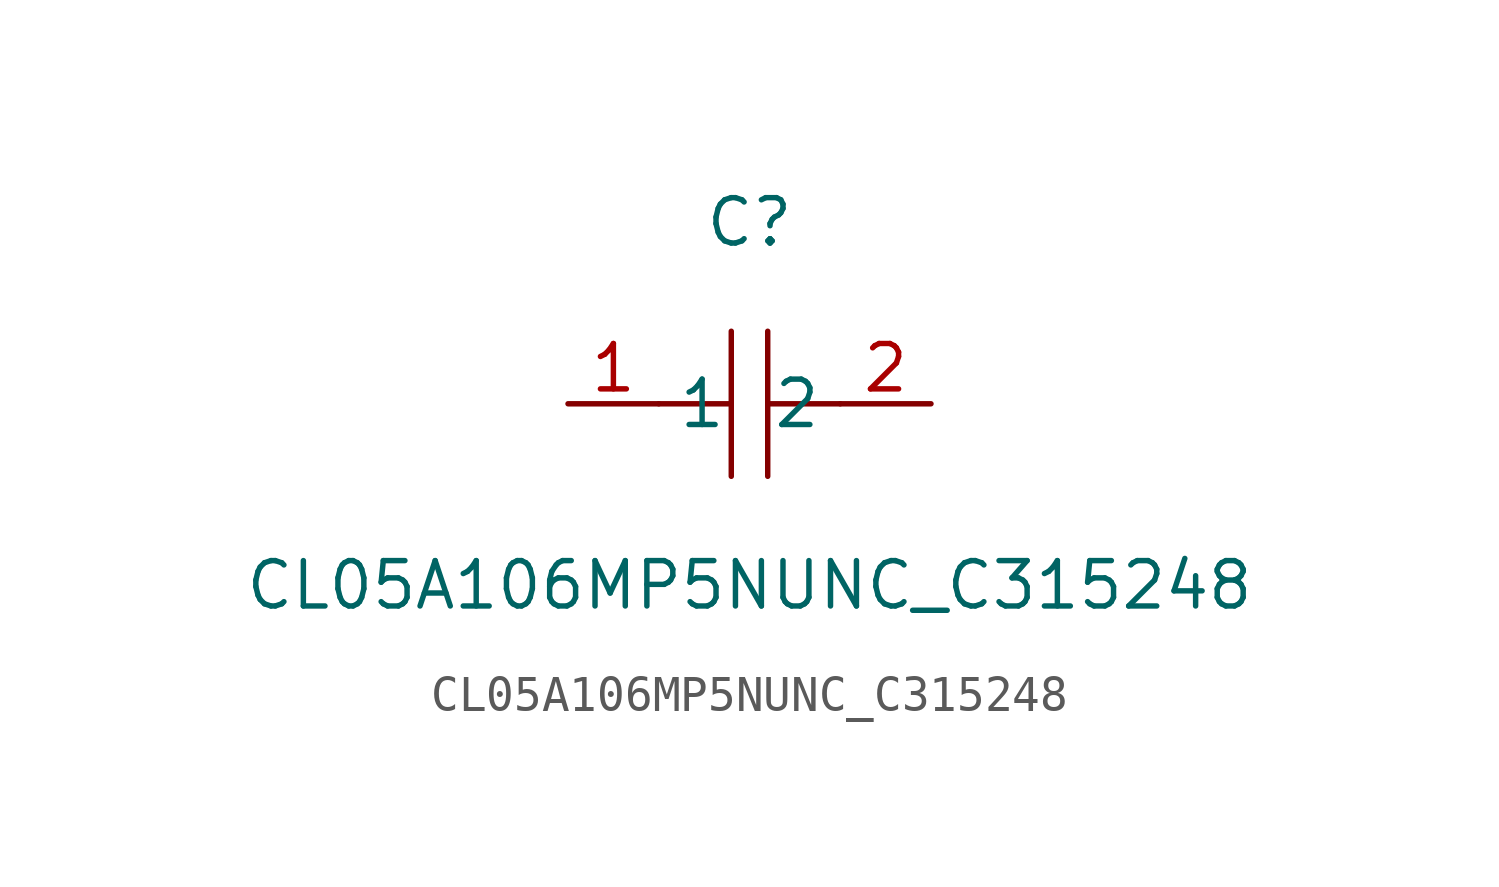
<source format=kicad_sym>
(kicad_symbol_lib
  (version 1)
  (generator "faebryk")
  (symbol "CL05A106MP5NUNC_C315248"
    (property "Reference" "C"
      (at 0 5.08 0)
      (effects (font (size 1.27 1.27)) (hide no)))
    (property "Value" "CL05A106MP5NUNC_C315248"
      (at 0 -5.08 0)
      (effects (font (size 1.27 1.27)) (hide no)))
    (symbol "CL05A106MP5NUNC_C315248_0_1"
      (polyline (stroke (width 0) (type default) (color 0 0 0 0)) (fill (type none)) (pts (xy -0.51 -2.03) (xy -0.51 2.03)))
      (polyline (stroke (width 0) (type default) (color 0 0 0 0)) (fill (type none)) (pts (xy 2.54 0) (xy 0.51 0)))
      (polyline (stroke (width 0) (type default) (color 0 0 0 0)) (fill (type none)) (pts (xy 0.51 2.03) (xy 0.51 -2.03)))
      (polyline (stroke (width 0) (type default) (color 0 0 0 0)) (fill (type none)) (pts (xy -0.51 0) (xy -2.54 0)))
      (pin unspecified line (at -5.08 0 0) (length 2.54) (name "1" (effects (font (size 1.27 1.27)) (hide no))) (number "1" (effects (font (size 1.27 1.27)) (hide no))))
      (pin unspecified line (at 5.08 0 180) (length 2.54) (name "2" (effects (font (size 1.27 1.27)) (hide no))) (number "2" (effects (font (size 1.27 1.27)) (hide no)))))))
</source>
